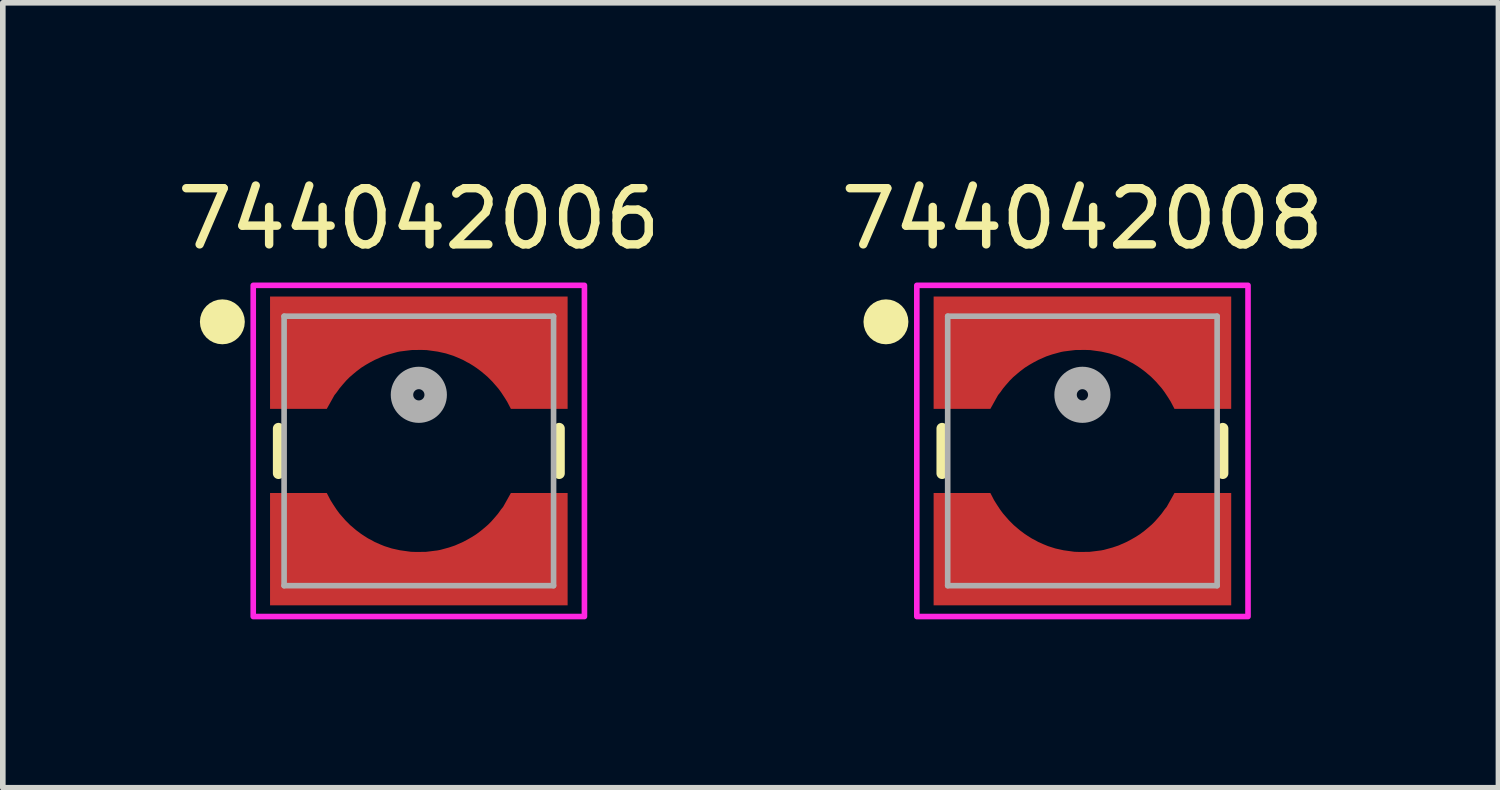
<source format=kicad_pcb>
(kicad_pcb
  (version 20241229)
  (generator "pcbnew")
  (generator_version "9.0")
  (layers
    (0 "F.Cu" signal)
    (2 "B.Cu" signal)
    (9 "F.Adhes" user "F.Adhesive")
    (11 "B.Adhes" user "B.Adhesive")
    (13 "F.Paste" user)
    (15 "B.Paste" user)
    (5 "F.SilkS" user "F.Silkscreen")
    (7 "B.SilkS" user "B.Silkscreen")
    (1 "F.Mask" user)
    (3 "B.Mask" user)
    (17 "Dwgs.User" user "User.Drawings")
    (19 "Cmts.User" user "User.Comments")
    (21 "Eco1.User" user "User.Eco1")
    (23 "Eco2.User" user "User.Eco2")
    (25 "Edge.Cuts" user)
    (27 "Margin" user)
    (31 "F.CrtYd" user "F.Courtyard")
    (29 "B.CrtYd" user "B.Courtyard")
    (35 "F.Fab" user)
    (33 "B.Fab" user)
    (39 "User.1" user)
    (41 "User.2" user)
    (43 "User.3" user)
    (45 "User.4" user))
  (footprint "744042008"
    (layer "F.Cu")
    (at 16.232 4.983)
    (property "Reference" "744042008" (at 0 -4.135 0) (layer "F.SilkS") (effects (font (size 1 1) (thickness 0.15))))
    (attr smd)
    (fp_poly (pts (xy -2.75 2.85) (xy -2.75 0.65) (xy -1.57 0.65) (xy -1.535 0.733) (xy -1.48 0.837) (xy -1.406 0.957) (xy -1.26 1.142) (xy -1.147 1.255) (xy -1.037 1.35) (xy -0.939 1.423) (xy -0.837 1.486) (xy -0.684 1.561) (xy -0.472 1.636) (xy -0.264 1.681) (xy -0.069 1.7) (xy 0.08 1.699) (xy 0.245 1.681) (xy 0.445 1.645) (xy 0.576 1.597) (xy 0.799 1.503) (xy 0.938 1.415) (xy 1.03 1.352) (xy 1.154 1.251) (xy 1.272 1.126) (xy 1.391 0.981) (xy 1.511 0.791) (xy 1.554 0.693) (xy 1.571 0.65) (xy 2.75 0.65) (xy 2.75 2.85)) (stroke (width 0.001) (type solid)) (fill yes) (layer "F.Mask"))
    (fp_poly (pts (xy 2.75 -2.85) (xy 2.75 -0.65) (xy 1.57 -0.65) (xy 1.535 -0.733) (xy 1.48 -0.837) (xy 1.406 -0.957) (xy 1.26 -1.142) (xy 1.147 -1.255) (xy 1.037 -1.35) (xy 0.939 -1.423) (xy 0.837 -1.486) (xy 0.684 -1.561) (xy 0.472 -1.636) (xy 0.264 -1.681) (xy 0.069 -1.7) (xy -0.08 -1.699) (xy -0.245 -1.681) (xy -0.445 -1.645) (xy -0.576 -1.597) (xy -0.799 -1.503) (xy -0.938 -1.415) (xy -1.03 -1.352) (xy -1.154 -1.251) (xy -1.272 -1.126) (xy -1.391 -0.981) (xy -1.511 -0.791) (xy -1.554 -0.693) (xy -1.571 -0.65) (xy -2.75 -0.65) (xy -2.75 -2.85)) (stroke (width 0.001) (type solid)) (fill yes) (layer "F.Mask"))
    (fp_line (start -2.5 -0.4) (end -2.5 0.4) (stroke (width 0.2) (type solid)) (layer "F.SilkS"))
    (fp_line (start 2.5 -0.4) (end 2.5 0.4) (stroke (width 0.2) (type solid)) (layer "F.SilkS"))
    (fp_circle (center -3.5 -2.3) (end -3.3 -2.3) (stroke (width 0.4) (type solid)) (fill no) (layer "F.SilkS"))
    (fp_poly (pts (xy -2.65 -0.75) (xy -1.64 -0.75) (xy -1.503 -0.995) (xy -1.463 -1.045) (xy -1.413 -1.115) (xy -1.363 -1.175) (xy -1.293 -1.255) (xy -1.233 -1.315) (xy -1.163 -1.375) (xy -1.103 -1.425) (xy -1.023 -1.485) (xy -0.942 -1.536) (xy -0.872 -1.576) (xy -0.79 -1.62) (xy -0.643 -1.685) (xy -0.536 -1.721) (xy -0.426 -1.751) (xy -0.423 -1.752) (xy -0.419 -1.753) (xy -0.415 -1.754) (xy -0.412 -1.755) (xy -0.408 -1.756) (xy -0.404 -1.757) (xy -0.4 -1.758) (xy -0.397 -1.759) (xy -0.393 -1.76) (xy -0.389 -1.761) (xy -0.385 -1.762) (xy -0.382 -1.763) (xy -0.378 -1.764) (xy -0.374 -1.765) (xy -0.37 -1.765) (xy -0.366 -1.766) (xy -0.362 -1.767) (xy -0.359 -1.768) (xy -0.355 -1.768) (xy -0.351 -1.769) (xy -0.347 -1.77) (xy -0.343 -1.771) (xy -0.34 -1.771) (xy -0.336 -1.772) (xy -0.332 -1.772) (xy -0.328 -1.773) (xy -0.324 -1.774) (xy -0.32 -1.774) (xy -0.316 -1.775) (xy -0.313 -1.775) (xy -0.218 -1.787) (xy -0.127 -1.798) (xy 0.045 -1.8) (xy 0.141 -1.797) (xy 0.336 -1.77) (xy 0.481 -1.738) (xy 0.613 -1.696) (xy 0.691 -1.664) (xy 0.786 -1.622) (xy 0.858 -1.582) (xy 0.898 -1.562) (xy 0.972 -1.516) (xy 1.033 -1.475) (xy 1.117 -1.412) (xy 1.223 -1.322) (xy 1.31 -1.235) (xy 1.416 -1.113) (xy 1.466 -1.045) (xy 1.524 -0.957) (xy 1.574 -0.877) (xy 1.64 -0.75) (xy 2.65 -0.75) (xy 2.65 -2.75) (xy -2.65 -2.75) (xy -2.65 -0.75)) (stroke (width 0.001) (type solid)) (fill yes) (layer "F.Paste"))
    (fp_poly (pts (xy 2.65 0.75) (xy 1.64 0.75) (xy 1.503 0.995) (xy 1.463 1.045) (xy 1.413 1.115) (xy 1.363 1.175) (xy 1.293 1.255) (xy 1.233 1.315) (xy 1.163 1.375) (xy 1.103 1.425) (xy 1.023 1.485) (xy 0.942 1.536) (xy 0.872 1.576) (xy 0.79 1.62) (xy 0.643 1.685) (xy 0.536 1.721) (xy 0.426 1.751) (xy 0.423 1.752) (xy 0.419 1.753) (xy 0.415 1.754) (xy 0.412 1.755) (xy 0.408 1.756) (xy 0.404 1.757) (xy 0.4 1.758) (xy 0.397 1.759) (xy 0.393 1.76) (xy 0.389 1.761) (xy 0.385 1.762) (xy 0.382 1.763) (xy 0.378 1.764) (xy 0.374 1.765) (xy 0.37 1.765) (xy 0.366 1.766) (xy 0.362 1.767) (xy 0.359 1.768) (xy 0.355 1.768) (xy 0.351 1.769) (xy 0.347 1.77) (xy 0.343 1.771) (xy 0.34 1.771) (xy 0.336 1.772) (xy 0.332 1.772) (xy 0.328 1.773) (xy 0.324 1.774) (xy 0.32 1.774) (xy 0.316 1.775) (xy 0.313 1.775) (xy 0.218 1.787) (xy 0.127 1.798) (xy -0.045 1.8) (xy -0.141 1.797) (xy -0.336 1.77) (xy -0.481 1.738) (xy -0.613 1.696) (xy -0.691 1.664) (xy -0.786 1.622) (xy -0.858 1.582) (xy -0.898 1.562) (xy -0.972 1.516) (xy -1.033 1.475) (xy -1.117 1.412) (xy -1.223 1.322) (xy -1.31 1.235) (xy -1.416 1.113) (xy -1.466 1.045) (xy -1.524 0.957) (xy -1.574 0.877) (xy -1.64 0.75) (xy -2.65 0.75) (xy -2.65 2.75) (xy 2.65 2.75) (xy 2.65 0.75)) (stroke (width 0.001) (type solid)) (fill yes) (layer "F.Paste"))
    (fp_poly (pts (xy 2.95 -2.95) (xy 2.95 2.95) (xy -2.95 2.95) (xy -2.95 -2.95)) (stroke (width 0.1) (type solid)) (fill no) (layer "F.CrtYd"))
    (fp_line (start -2.4 -2.4) (end 2.4 -2.4) (stroke (width 0.1) (type solid)) (layer "F.Fab"))
    (fp_line (start -2.4 2.4) (end -2.4 -2.4) (stroke (width 0.1) (type solid)) (layer "F.Fab"))
    (fp_line (start -2.4 2.4) (end 2.4 2.4) (stroke (width 0.1) (type solid)) (layer "F.Fab"))
    (fp_line (start 2.4 2.4) (end 2.4 -2.4) (stroke (width 0.1) (type solid)) (layer "F.Fab"))
    (fp_circle (center 0 -1) (end 0.1 -1) (stroke (width 0.4) (type solid)) (fill no) (layer "F.Fab"))
    (pad "1" smd custom (at 0 -2.3) (size 5.3 0.8) (layers "F.Cu") (options (anchor rect)) (primitives (gr_poly (pts (xy -2.65 1.55) (xy -1.64 1.55) (xy -1.503 1.305) (xy -1.463 1.255) (xy -1.413 1.185) (xy -1.363 1.125) (xy -1.293 1.045) (xy -1.233 0.985) (xy -1.163 0.925) (xy -1.103 0.875) (xy -1.023 0.815) (xy -0.942 0.764) (xy -0.872 0.724) (xy -0.79 0.68) (xy -0.643 0.615) (xy -0.536 0.579) (xy -0.426 0.549) (xy -0.423 0.548) (xy -0.419 0.547) (xy -0.415 0.546) (xy -0.412 0.545) (xy -0.408 0.544) (xy -0.404 0.543) (xy -0.4 0.542) (xy -0.397 0.541) (xy -0.393 0.54) (xy -0.389 0.539) (xy -0.385 0.538) (xy -0.382 0.537) (xy -0.378 0.536) (xy -0.374 0.535) (xy -0.37 0.535) (xy -0.366 0.534) (xy -0.362 0.533) (xy -0.359 0.532) (xy -0.355 0.532) (xy -0.351 0.531) (xy -0.347 0.53) (xy -0.343 0.529) (xy -0.34 0.529) (xy -0.336 0.528) (xy -0.332 0.528) (xy -0.328 0.527) (xy -0.324 0.526) (xy -0.32 0.526) (xy -0.316 0.525) (xy -0.313 0.525) (xy -0.218 0.513) (xy -0.127 0.502) (xy 0.045 0.5) (xy 0.141 0.503) (xy 0.336 0.53) (xy 0.481 0.562) (xy 0.613 0.604) (xy 0.691 0.636) (xy 0.786 0.678) (xy 0.858 0.718) (xy 0.898 0.738) (xy 0.972 0.784) (xy 1.033 0.825) (xy 1.117 0.888) (xy 1.223 0.978) (xy 1.31 1.065) (xy 1.416 1.187) (xy 1.466 1.255) (xy 1.524 1.343) (xy 1.574 1.423) (xy 1.64 1.55) (xy 2.65 1.55) (xy 2.65 -0.45) (xy -2.65 -0.45) (xy -2.65 1.55)) (width 0.001) (fill yes))))
    (pad "2" smd custom (at 0 2.3) (size 5.3 0.8) (layers "F.Cu") (options (anchor rect)) (primitives (gr_poly (pts (xy 2.65 -1.55) (xy 1.64 -1.55) (xy 1.503 -1.305) (xy 1.463 -1.255) (xy 1.413 -1.185) (xy 1.363 -1.125) (xy 1.293 -1.045) (xy 1.233 -0.985) (xy 1.163 -0.925) (xy 1.103 -0.875) (xy 1.023 -0.815) (xy 0.942 -0.764) (xy 0.872 -0.724) (xy 0.79 -0.68) (xy 0.643 -0.615) (xy 0.536 -0.579) (xy 0.426 -0.549) (xy 0.423 -0.548) (xy 0.419 -0.547) (xy 0.415 -0.546) (xy 0.412 -0.545) (xy 0.408 -0.544) (xy 0.404 -0.543) (xy 0.4 -0.542) (xy 0.397 -0.541) (xy 0.393 -0.54) (xy 0.389 -0.539) (xy 0.385 -0.538) (xy 0.382 -0.537) (xy 0.378 -0.536) (xy 0.374 -0.535) (xy 0.37 -0.535) (xy 0.366 -0.534) (xy 0.362 -0.533) (xy 0.359 -0.532) (xy 0.355 -0.532) (xy 0.351 -0.531) (xy 0.347 -0.53) (xy 0.343 -0.529) (xy 0.34 -0.529) (xy 0.336 -0.528) (xy 0.332 -0.528) (xy 0.328 -0.527) (xy 0.324 -0.526) (xy 0.32 -0.526) (xy 0.316 -0.525) (xy 0.313 -0.525) (xy 0.218 -0.513) (xy 0.127 -0.502) (xy -0.045 -0.5) (xy -0.141 -0.503) (xy -0.336 -0.53) (xy -0.481 -0.562) (xy -0.613 -0.604) (xy -0.691 -0.636) (xy -0.786 -0.678) (xy -0.858 -0.718) (xy -0.898 -0.738) (xy -0.972 -0.784) (xy -1.033 -0.825) (xy -1.117 -0.888) (xy -1.223 -0.978) (xy -1.31 -1.065) (xy -1.416 -1.187) (xy -1.466 -1.255) (xy -1.524 -1.343) (xy -1.574 -1.423) (xy -1.64 -1.55) (xy -2.65 -1.55) (xy -2.65 0.45) (xy 2.65 0.45) (xy 2.65 -1.55)) (width 0.001) (fill yes)))))
  (footprint "744042006"
    (layer "F.Cu")
    (at 4.411 4.983)
    (property "Reference" "744042006" (at 0 -4.135 0) (layer "F.SilkS") (effects (font (size 1 1) (thickness 0.15))))
    (attr smd)
    (fp_poly (pts (xy -2.75 2.85) (xy -2.75 0.65) (xy -1.57 0.65) (xy -1.535 0.733) (xy -1.48 0.837) (xy -1.406 0.957) (xy -1.26 1.142) (xy -1.147 1.255) (xy -1.037 1.35) (xy -0.939 1.423) (xy -0.837 1.486) (xy -0.684 1.561) (xy -0.472 1.636) (xy -0.264 1.681) (xy -0.069 1.7) (xy 0.08 1.699) (xy 0.245 1.681) (xy 0.445 1.645) (xy 0.576 1.597) (xy 0.799 1.503) (xy 0.938 1.415) (xy 1.03 1.352) (xy 1.154 1.251) (xy 1.272 1.126) (xy 1.391 0.981) (xy 1.511 0.791) (xy 1.554 0.693) (xy 1.571 0.65) (xy 2.75 0.65) (xy 2.75 2.85)) (stroke (width 0.001) (type solid)) (fill yes) (layer "F.Mask"))
    (fp_poly (pts (xy 2.75 -2.85) (xy 2.75 -0.65) (xy 1.57 -0.65) (xy 1.535 -0.733) (xy 1.48 -0.837) (xy 1.406 -0.957) (xy 1.26 -1.142) (xy 1.147 -1.255) (xy 1.037 -1.35) (xy 0.939 -1.423) (xy 0.837 -1.486) (xy 0.684 -1.561) (xy 0.472 -1.636) (xy 0.264 -1.681) (xy 0.069 -1.7) (xy -0.08 -1.699) (xy -0.245 -1.681) (xy -0.445 -1.645) (xy -0.576 -1.597) (xy -0.799 -1.503) (xy -0.938 -1.415) (xy -1.03 -1.352) (xy -1.154 -1.251) (xy -1.272 -1.126) (xy -1.391 -0.981) (xy -1.511 -0.791) (xy -1.554 -0.693) (xy -1.571 -0.65) (xy -2.75 -0.65) (xy -2.75 -2.85)) (stroke (width 0.001) (type solid)) (fill yes) (layer "F.Mask"))
    (fp_line (start -2.5 -0.4) (end -2.5 0.4) (stroke (width 0.2) (type solid)) (layer "F.SilkS"))
    (fp_line (start 2.5 -0.4) (end 2.5 0.4) (stroke (width 0.2) (type solid)) (layer "F.SilkS"))
    (fp_circle (center -3.5 -2.3) (end -3.3 -2.3) (stroke (width 0.4) (type solid)) (fill no) (layer "F.SilkS"))
    (fp_poly (pts (xy -2.65 -0.75) (xy -1.64 -0.75) (xy -1.503 -0.995) (xy -1.463 -1.045) (xy -1.413 -1.115) (xy -1.363 -1.175) (xy -1.293 -1.255) (xy -1.233 -1.315) (xy -1.163 -1.375) (xy -1.103 -1.425) (xy -1.023 -1.485) (xy -0.942 -1.536) (xy -0.872 -1.576) (xy -0.79 -1.62) (xy -0.643 -1.685) (xy -0.536 -1.721) (xy -0.426 -1.751) (xy -0.423 -1.752) (xy -0.419 -1.753) (xy -0.415 -1.754) (xy -0.412 -1.755) (xy -0.408 -1.756) (xy -0.404 -1.757) (xy -0.4 -1.758) (xy -0.397 -1.759) (xy -0.393 -1.76) (xy -0.389 -1.761) (xy -0.385 -1.762) (xy -0.382 -1.763) (xy -0.378 -1.764) (xy -0.374 -1.765) (xy -0.37 -1.765) (xy -0.366 -1.766) (xy -0.362 -1.767) (xy -0.359 -1.768) (xy -0.355 -1.768) (xy -0.351 -1.769) (xy -0.347 -1.77) (xy -0.343 -1.771) (xy -0.34 -1.771) (xy -0.336 -1.772) (xy -0.332 -1.772) (xy -0.328 -1.773) (xy -0.324 -1.774) (xy -0.32 -1.774) (xy -0.316 -1.775) (xy -0.313 -1.775) (xy -0.218 -1.787) (xy -0.127 -1.798) (xy 0.045 -1.8) (xy 0.141 -1.797) (xy 0.336 -1.77) (xy 0.481 -1.738) (xy 0.613 -1.696) (xy 0.691 -1.664) (xy 0.786 -1.622) (xy 0.858 -1.582) (xy 0.898 -1.562) (xy 0.972 -1.516) (xy 1.033 -1.475) (xy 1.117 -1.412) (xy 1.223 -1.322) (xy 1.31 -1.235) (xy 1.416 -1.113) (xy 1.466 -1.045) (xy 1.524 -0.957) (xy 1.574 -0.877) (xy 1.64 -0.75) (xy 2.65 -0.75) (xy 2.65 -2.75) (xy -2.65 -2.75) (xy -2.65 -0.75)) (stroke (width 0.001) (type solid)) (fill yes) (layer "F.Paste"))
    (fp_poly (pts (xy 2.65 0.75) (xy 1.64 0.75) (xy 1.503 0.995) (xy 1.463 1.045) (xy 1.413 1.115) (xy 1.363 1.175) (xy 1.293 1.255) (xy 1.233 1.315) (xy 1.163 1.375) (xy 1.103 1.425) (xy 1.023 1.485) (xy 0.942 1.536) (xy 0.872 1.576) (xy 0.79 1.62) (xy 0.643 1.685) (xy 0.536 1.721) (xy 0.426 1.751) (xy 0.423 1.752) (xy 0.419 1.753) (xy 0.415 1.754) (xy 0.412 1.755) (xy 0.408 1.756) (xy 0.404 1.757) (xy 0.4 1.758) (xy 0.397 1.759) (xy 0.393 1.76) (xy 0.389 1.761) (xy 0.385 1.762) (xy 0.382 1.763) (xy 0.378 1.764) (xy 0.374 1.765) (xy 0.37 1.765) (xy 0.366 1.766) (xy 0.362 1.767) (xy 0.359 1.768) (xy 0.355 1.768) (xy 0.351 1.769) (xy 0.347 1.77) (xy 0.343 1.771) (xy 0.34 1.771) (xy 0.336 1.772) (xy 0.332 1.772) (xy 0.328 1.773) (xy 0.324 1.774) (xy 0.32 1.774) (xy 0.316 1.775) (xy 0.313 1.775) (xy 0.218 1.787) (xy 0.127 1.798) (xy -0.045 1.8) (xy -0.141 1.797) (xy -0.336 1.77) (xy -0.481 1.738) (xy -0.613 1.696) (xy -0.691 1.664) (xy -0.786 1.622) (xy -0.858 1.582) (xy -0.898 1.562) (xy -0.972 1.516) (xy -1.033 1.475) (xy -1.117 1.412) (xy -1.223 1.322) (xy -1.31 1.235) (xy -1.416 1.113) (xy -1.466 1.045) (xy -1.524 0.957) (xy -1.574 0.877) (xy -1.64 0.75) (xy -2.65 0.75) (xy -2.65 2.75) (xy 2.65 2.75) (xy 2.65 0.75)) (stroke (width 0.001) (type solid)) (fill yes) (layer "F.Paste"))
    (fp_poly (pts (xy 2.95 -2.95) (xy 2.95 2.95) (xy -2.95 2.95) (xy -2.95 -2.95)) (stroke (width 0.1) (type solid)) (fill no) (layer "F.CrtYd"))
    (fp_line (start -2.4 -2.4) (end 2.4 -2.4) (stroke (width 0.1) (type solid)) (layer "F.Fab"))
    (fp_line (start -2.4 2.4) (end -2.4 -2.4) (stroke (width 0.1) (type solid)) (layer "F.Fab"))
    (fp_line (start -2.4 2.4) (end 2.4 2.4) (stroke (width 0.1) (type solid)) (layer "F.Fab"))
    (fp_line (start 2.4 2.4) (end 2.4 -2.4) (stroke (width 0.1) (type solid)) (layer "F.Fab"))
    (fp_circle (center 0 -1) (end 0.1 -1) (stroke (width 0.4) (type solid)) (fill no) (layer "F.Fab"))
    (pad "1" smd custom (at 0 -2.3) (size 5.3 0.8) (layers "F.Cu") (options (anchor rect)) (primitives (gr_poly (pts (xy -2.65 1.55) (xy -1.64 1.55) (xy -1.503 1.305) (xy -1.463 1.255) (xy -1.413 1.185) (xy -1.363 1.125) (xy -1.293 1.045) (xy -1.233 0.985) (xy -1.163 0.925) (xy -1.103 0.875) (xy -1.023 0.815) (xy -0.942 0.764) (xy -0.872 0.724) (xy -0.79 0.68) (xy -0.643 0.615) (xy -0.536 0.579) (xy -0.426 0.549) (xy -0.423 0.548) (xy -0.419 0.547) (xy -0.415 0.546) (xy -0.412 0.545) (xy -0.408 0.544) (xy -0.404 0.543) (xy -0.4 0.542) (xy -0.397 0.541) (xy -0.393 0.54) (xy -0.389 0.539) (xy -0.385 0.538) (xy -0.382 0.537) (xy -0.378 0.536) (xy -0.374 0.535) (xy -0.37 0.535) (xy -0.366 0.534) (xy -0.362 0.533) (xy -0.359 0.532) (xy -0.355 0.532) (xy -0.351 0.531) (xy -0.347 0.53) (xy -0.343 0.529) (xy -0.34 0.529) (xy -0.336 0.528) (xy -0.332 0.528) (xy -0.328 0.527) (xy -0.324 0.526) (xy -0.32 0.526) (xy -0.316 0.525) (xy -0.313 0.525) (xy -0.218 0.513) (xy -0.127 0.502) (xy 0.045 0.5) (xy 0.141 0.503) (xy 0.336 0.53) (xy 0.481 0.562) (xy 0.613 0.604) (xy 0.691 0.636) (xy 0.786 0.678) (xy 0.858 0.718) (xy 0.898 0.738) (xy 0.972 0.784) (xy 1.033 0.825) (xy 1.117 0.888) (xy 1.223 0.978) (xy 1.31 1.065) (xy 1.416 1.187) (xy 1.466 1.255) (xy 1.524 1.343) (xy 1.574 1.423) (xy 1.64 1.55) (xy 2.65 1.55) (xy 2.65 -0.45) (xy -2.65 -0.45) (xy -2.65 1.55)) (width 0.001) (fill yes))))
    (pad "2" smd custom (at 0 2.3) (size 5.3 0.8) (layers "F.Cu") (options (anchor rect)) (primitives (gr_poly (pts (xy 2.65 -1.55) (xy 1.64 -1.55) (xy 1.503 -1.305) (xy 1.463 -1.255) (xy 1.413 -1.185) (xy 1.363 -1.125) (xy 1.293 -1.045) (xy 1.233 -0.985) (xy 1.163 -0.925) (xy 1.103 -0.875) (xy 1.023 -0.815) (xy 0.942 -0.764) (xy 0.872 -0.724) (xy 0.79 -0.68) (xy 0.643 -0.615) (xy 0.536 -0.579) (xy 0.426 -0.549) (xy 0.423 -0.548) (xy 0.419 -0.547) (xy 0.415 -0.546) (xy 0.412 -0.545) (xy 0.408 -0.544) (xy 0.404 -0.543) (xy 0.4 -0.542) (xy 0.397 -0.541) (xy 0.393 -0.54) (xy 0.389 -0.539) (xy 0.385 -0.538) (xy 0.382 -0.537) (xy 0.378 -0.536) (xy 0.374 -0.535) (xy 0.37 -0.535) (xy 0.366 -0.534) (xy 0.362 -0.533) (xy 0.359 -0.532) (xy 0.355 -0.532) (xy 0.351 -0.531) (xy 0.347 -0.53) (xy 0.343 -0.529) (xy 0.34 -0.529) (xy 0.336 -0.528) (xy 0.332 -0.528) (xy 0.328 -0.527) (xy 0.324 -0.526) (xy 0.32 -0.526) (xy 0.316 -0.525) (xy 0.313 -0.525) (xy 0.218 -0.513) (xy 0.127 -0.502) (xy -0.045 -0.5) (xy -0.141 -0.503) (xy -0.336 -0.53) (xy -0.481 -0.562) (xy -0.613 -0.604) (xy -0.691 -0.636) (xy -0.786 -0.678) (xy -0.858 -0.718) (xy -0.898 -0.738) (xy -0.972 -0.784) (xy -1.033 -0.825) (xy -1.117 -0.888) (xy -1.223 -0.978) (xy -1.31 -1.065) (xy -1.416 -1.187) (xy -1.466 -1.255) (xy -1.524 -1.343) (xy -1.574 -1.423) (xy -1.64 -1.55) (xy -2.65 -1.55) (xy -2.65 0.45) (xy 2.65 0.45) (xy 2.65 -1.55)) (width 0.001) (fill yes)))))
  (gr_rect
    (start -3 -3)
    (end 23.643 10.983)
    (stroke (width 0.1) (type default))
    (fill no)
    (layer "Edge.Cuts")))
</source>
